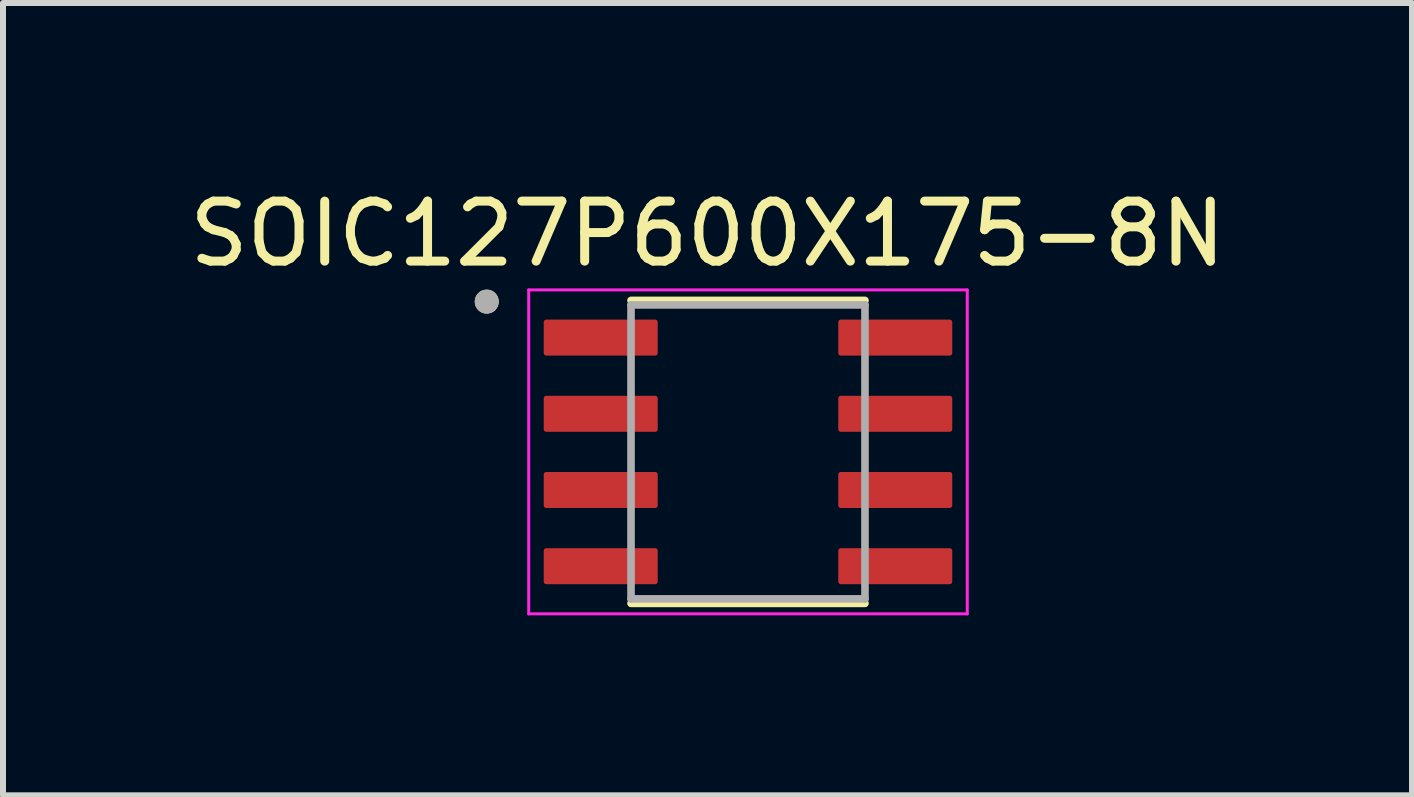
<source format=kicad_pcb>
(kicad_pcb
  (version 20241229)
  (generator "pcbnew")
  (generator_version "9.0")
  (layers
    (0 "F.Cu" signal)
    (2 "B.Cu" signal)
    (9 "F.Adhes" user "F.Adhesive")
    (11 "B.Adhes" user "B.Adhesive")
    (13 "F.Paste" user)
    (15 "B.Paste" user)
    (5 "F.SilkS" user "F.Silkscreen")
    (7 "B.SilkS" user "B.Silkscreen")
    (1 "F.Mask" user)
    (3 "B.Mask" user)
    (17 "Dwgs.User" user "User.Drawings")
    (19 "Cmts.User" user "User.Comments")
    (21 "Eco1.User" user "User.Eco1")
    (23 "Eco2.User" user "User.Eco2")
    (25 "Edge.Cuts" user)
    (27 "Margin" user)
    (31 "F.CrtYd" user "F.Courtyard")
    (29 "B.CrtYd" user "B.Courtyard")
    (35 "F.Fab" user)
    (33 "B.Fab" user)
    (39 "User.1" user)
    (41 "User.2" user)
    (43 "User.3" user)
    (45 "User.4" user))
  (footprint "SOIC127P600X175-8N"
    (layer "F.Cu")
    (at 9.419 4.483)
    (property "Reference" "SOIC127P600X175-8N" (at -0.675 -3.635 0) (layer "F.SilkS") (effects (font (size 1 1) (thickness 0.15))))
    (attr smd)
    (fp_line (start -1.95 -2.525) (end 1.95 -2.525) (stroke (width 0.127) (type solid)) (layer "F.SilkS"))
    (fp_line (start -1.95 2.525) (end 1.95 2.525) (stroke (width 0.127) (type solid)) (layer "F.SilkS"))
    (fp_circle (center -4.355 -2.505) (end -4.255 -2.505) (stroke (width 0.2) (type solid)) (fill no) (layer "F.SilkS"))
    (fp_line (start -3.655 -2.7) (end -3.655 2.7) (stroke (width 0.05) (type solid)) (layer "F.CrtYd"))
    (fp_line (start -3.655 -2.7) (end 3.655 -2.7) (stroke (width 0.05) (type solid)) (layer "F.CrtYd"))
    (fp_line (start -3.655 2.7) (end 3.655 2.7) (stroke (width 0.05) (type solid)) (layer "F.CrtYd"))
    (fp_line (start 3.655 -2.7) (end 3.655 2.7) (stroke (width 0.05) (type solid)) (layer "F.CrtYd"))
    (fp_line (start -1.95 -2.45) (end -1.95 2.45) (stroke (width 0.127) (type solid)) (layer "F.Fab"))
    (fp_line (start -1.95 -2.45) (end 1.95 -2.45) (stroke (width 0.127) (type solid)) (layer "F.Fab"))
    (fp_line (start -1.95 2.45) (end 1.95 2.45) (stroke (width 0.127) (type solid)) (layer "F.Fab"))
    (fp_line (start 1.95 -2.45) (end 1.95 2.45) (stroke (width 0.127) (type solid)) (layer "F.Fab"))
    (fp_circle (center -4.355 -2.505) (end -4.255 -2.505) (stroke (width 0.2) (type solid)) (fill no) (layer "F.Fab"))
    (pad "1" smd roundrect (at -2.455 -1.905) (size 1.9 0.6) (layers "F.Cu" "F.Mask" "F.Paste") (roundrect_rratio 0.07))
    (pad "2" smd roundrect (at -2.455 -0.635) (size 1.9 0.6) (layers "F.Cu" "F.Mask" "F.Paste") (roundrect_rratio 0.07))
    (pad "3" smd roundrect (at -2.455 0.635) (size 1.9 0.6) (layers "F.Cu" "F.Mask" "F.Paste") (roundrect_rratio 0.07))
    (pad "4" smd roundrect (at -2.455 1.905) (size 1.9 0.6) (layers "F.Cu" "F.Mask" "F.Paste") (roundrect_rratio 0.07))
    (pad "5" smd roundrect (at 2.455 1.905) (size 1.9 0.6) (layers "F.Cu" "F.Mask" "F.Paste") (roundrect_rratio 0.07))
    (pad "6" smd roundrect (at 2.455 0.635) (size 1.9 0.6) (layers "F.Cu" "F.Mask" "F.Paste") (roundrect_rratio 0.07))
    (pad "7" smd roundrect (at 2.455 -0.635) (size 1.9 0.6) (layers "F.Cu" "F.Mask" "F.Paste") (roundrect_rratio 0.07))
    (pad "8" smd roundrect (at 2.455 -1.905) (size 1.9 0.6) (layers "F.Cu" "F.Mask" "F.Paste") (roundrect_rratio 0.07)))
  (gr_rect
    (start -3 -3)
    (end 20.488 10.208)
    (stroke (width 0.1) (type default))
    (fill no)
    (layer "Edge.Cuts")))
</source>
